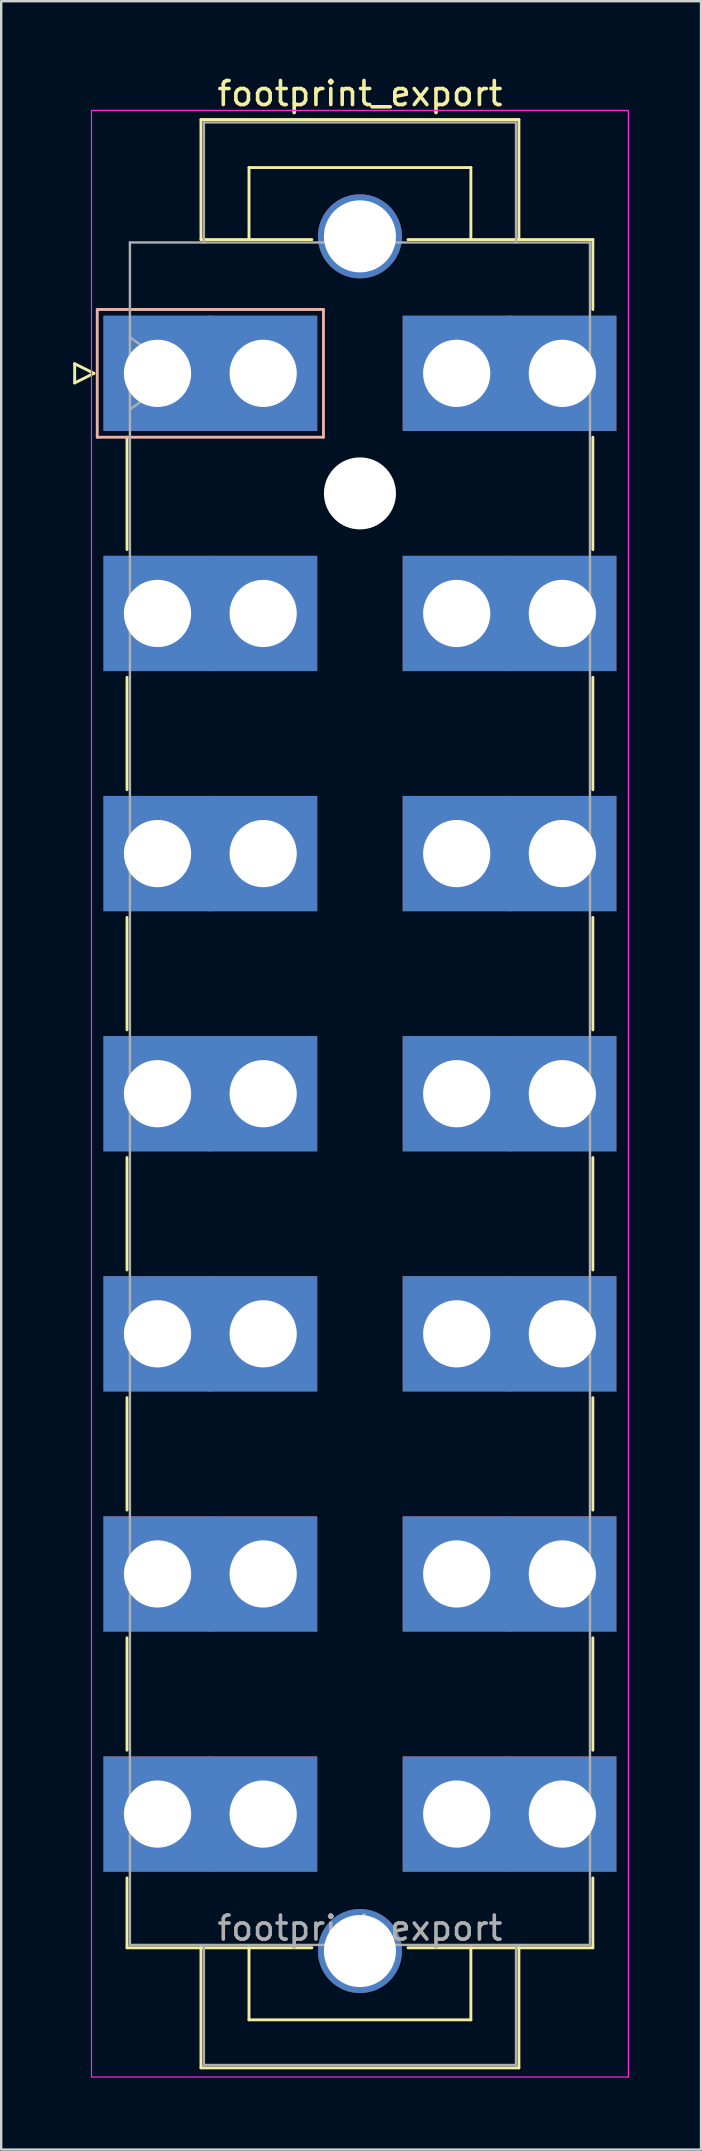
<source format=kicad_pcb>
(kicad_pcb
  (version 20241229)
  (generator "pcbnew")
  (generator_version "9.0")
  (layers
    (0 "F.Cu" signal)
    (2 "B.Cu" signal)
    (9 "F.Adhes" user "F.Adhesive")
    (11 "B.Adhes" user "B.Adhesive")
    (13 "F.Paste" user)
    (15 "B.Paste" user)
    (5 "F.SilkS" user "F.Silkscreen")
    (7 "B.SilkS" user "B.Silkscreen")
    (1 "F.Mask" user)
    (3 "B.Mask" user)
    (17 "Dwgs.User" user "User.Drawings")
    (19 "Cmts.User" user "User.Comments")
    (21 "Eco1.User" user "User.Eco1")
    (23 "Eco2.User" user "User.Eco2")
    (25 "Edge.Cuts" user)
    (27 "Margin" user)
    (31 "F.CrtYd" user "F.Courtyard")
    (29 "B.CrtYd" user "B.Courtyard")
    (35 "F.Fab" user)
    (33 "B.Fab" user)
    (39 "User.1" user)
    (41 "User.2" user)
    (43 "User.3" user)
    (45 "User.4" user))
  (footprint "footprint_export"
    (layer "F.Cu")
    (at 3.51 12.498)
    (property "Reference" "footprint_export" (at 8.43 -11.65 0) (layer "F.SilkS") (effects (font (size 1 1) (thickness 0.15))))
    (attr through_hole)
    (fp_line (start -3.45 -0.4) (end -3.45 0.4) (stroke (width 0.12) (type solid)) (layer "F.SilkS"))
    (fp_line (start -3.45 0.4) (end -2.65 0) (stroke (width 0.12) (type solid)) (layer "F.SilkS"))
    (fp_line (start -2.65 0) (end -3.45 -0.4) (stroke (width 0.12) (type solid)) (layer "F.SilkS"))
    (fp_line (start -1.27 2.66) (end -1.27 7.34) (stroke (width 0.12) (type solid)) (layer "F.SilkS"))
    (fp_line (start -1.27 12.66) (end -1.27 17.34) (stroke (width 0.12) (type solid)) (layer "F.SilkS"))
    (fp_line (start -1.27 22.66) (end -1.27 27.34) (stroke (width 0.12) (type solid)) (layer "F.SilkS"))
    (fp_line (start -1.27 32.66) (end -1.27 37.34) (stroke (width 0.12) (type solid)) (layer "F.SilkS"))
    (fp_line (start -1.27 42.66) (end -1.27 47.34) (stroke (width 0.12) (type solid)) (layer "F.SilkS"))
    (fp_line (start -1.27 52.66) (end -1.27 57.34) (stroke (width 0.12) (type solid)) (layer "F.SilkS"))
    (fp_line (start -1.27 62.66) (end -1.27 65.57) (stroke (width 0.12) (type solid)) (layer "F.SilkS"))
    (fp_line (start -1.27 65.57) (end 6.43 65.57) (stroke (width 0.12) (type solid)) (layer "F.SilkS"))
    (fp_line (start 1.81 -10.57) (end 15.05 -10.57) (stroke (width 0.12) (type solid)) (layer "F.SilkS"))
    (fp_line (start 1.81 -5.57) (end 1.81 -10.57) (stroke (width 0.12) (type solid)) (layer "F.SilkS"))
    (fp_line (start 1.81 65.57) (end 1.81 70.57) (stroke (width 0.12) (type solid)) (layer "F.SilkS"))
    (fp_line (start 1.81 70.57) (end 15.05 70.57) (stroke (width 0.12) (type solid)) (layer "F.SilkS"))
    (fp_line (start 3.81 -8.57) (end 13.05 -8.57) (stroke (width 0.12) (type solid)) (layer "F.SilkS"))
    (fp_line (start 3.81 -5.57) (end 3.81 -8.57) (stroke (width 0.12) (type solid)) (layer "F.SilkS"))
    (fp_line (start 3.81 65.57) (end 3.81 68.57) (stroke (width 0.12) (type solid)) (layer "F.SilkS"))
    (fp_line (start 3.81 68.57) (end 13.05 68.57) (stroke (width 0.12) (type solid)) (layer "F.SilkS"))
    (fp_line (start 6.43 -5.57) (end 1.81 -5.57) (stroke (width 0.12) (type solid)) (layer "F.SilkS"))
    (fp_line (start 13.05 -8.57) (end 13.05 -5.57) (stroke (width 0.12) (type solid)) (layer "F.SilkS"))
    (fp_line (start 13.05 68.57) (end 13.05 65.57) (stroke (width 0.12) (type solid)) (layer "F.SilkS"))
    (fp_line (start 15.05 -10.57) (end 15.05 -5.57) (stroke (width 0.12) (type solid)) (layer "F.SilkS"))
    (fp_line (start 15.05 70.57) (end 15.05 65.57) (stroke (width 0.12) (type solid)) (layer "F.SilkS"))
    (fp_line (start 18.13 -5.57) (end 10.43 -5.57) (stroke (width 0.12) (type solid)) (layer "F.SilkS"))
    (fp_line (start 18.13 -2.66) (end 18.13 -5.57) (stroke (width 0.12) (type solid)) (layer "F.SilkS"))
    (fp_line (start 18.13 2.66) (end 18.13 7.34) (stroke (width 0.12) (type solid)) (layer "F.SilkS"))
    (fp_line (start 18.13 12.66) (end 18.13 17.34) (stroke (width 0.12) (type solid)) (layer "F.SilkS"))
    (fp_line (start 18.13 22.66) (end 18.13 27.34) (stroke (width 0.12) (type solid)) (layer "F.SilkS"))
    (fp_line (start 18.13 32.66) (end 18.13 37.34) (stroke (width 0.12) (type solid)) (layer "F.SilkS"))
    (fp_line (start 18.13 42.66) (end 18.13 47.34) (stroke (width 0.12) (type solid)) (layer "F.SilkS"))
    (fp_line (start 18.13 52.66) (end 18.13 57.34) (stroke (width 0.12) (type solid)) (layer "F.SilkS"))
    (fp_line (start 18.13 62.66) (end 18.13 65.57) (stroke (width 0.12) (type solid)) (layer "F.SilkS"))
    (fp_line (start 18.13 65.57) (end 10.43 65.57) (stroke (width 0.12) (type solid)) (layer "F.SilkS"))
    (fp_line (start -2.51 -2.66) (end -2.51 2.66) (stroke (width 0.12) (type solid)) (layer "B.SilkS"))
    (fp_line (start -2.51 2.66) (end 6.91 2.66) (stroke (width 0.12) (type solid)) (layer "B.SilkS"))
    (fp_line (start 6.91 -2.66) (end -2.51 -2.66) (stroke (width 0.12) (type solid)) (layer "B.SilkS"))
    (fp_line (start 6.91 2.66) (end 6.91 -2.66) (stroke (width 0.12) (type solid)) (layer "B.SilkS"))
    (fp_line (start -2.75 -10.95) (end -2.75 70.95) (stroke (width 0.05) (type solid)) (layer "F.CrtYd"))
    (fp_line (start -2.75 70.95) (end 19.61 70.95) (stroke (width 0.05) (type solid)) (layer "F.CrtYd"))
    (fp_line (start 19.61 -10.95) (end -2.75 -10.95) (stroke (width 0.05) (type solid)) (layer "F.CrtYd"))
    (fp_line (start 19.61 70.95) (end 19.61 -10.95) (stroke (width 0.05) (type solid)) (layer "F.CrtYd"))
    (fp_line (start -1.15 -5.45) (end -1.15 65.45) (stroke (width 0.1) (type solid)) (layer "F.Fab"))
    (fp_line (start -1.15 -1.5) (end 0.971 0) (stroke (width 0.1) (type solid)) (layer "F.Fab"))
    (fp_line (start -1.15 65.45) (end 18.01 65.45) (stroke (width 0.1) (type solid)) (layer "F.Fab"))
    (fp_line (start 0.971 0) (end -1.15 1.5) (stroke (width 0.1) (type solid)) (layer "F.Fab"))
    (fp_line (start 1.93 -10.45) (end 14.93 -10.45) (stroke (width 0.1) (type solid)) (layer "F.Fab"))
    (fp_line (start 1.93 -5.45) (end 1.93 -10.45) (stroke (width 0.1) (type solid)) (layer "F.Fab"))
    (fp_line (start 1.93 65.45) (end 1.93 70.45) (stroke (width 0.1) (type solid)) (layer "F.Fab"))
    (fp_line (start 1.93 70.45) (end 14.93 70.45) (stroke (width 0.1) (type solid)) (layer "F.Fab"))
    (fp_line (start 14.93 -10.45) (end 14.93 -5.45) (stroke (width 0.1) (type solid)) (layer "F.Fab"))
    (fp_line (start 14.93 70.45) (end 14.93 65.45) (stroke (width 0.1) (type solid)) (layer "F.Fab"))
    (fp_line (start 18.01 -5.45) (end -1.15 -5.45) (stroke (width 0.1) (type solid)) (layer "F.Fab"))
    (fp_line (start 18.01 65.45) (end 18.01 -5.45) (stroke (width 0.1) (type solid)) (layer "F.Fab"))
    (fp_text user "${REFERENCE}" (at 8.43 64.75 0) (layer "F.Fab") (effects (font (size 1 1) (thickness 0.15))))
    (pad "" thru_hole circle (at 8.43 -5.705) (size 3.5 3.5) (drill 3) (layers "*.Cu" "*.Mask"))
    (pad "" np_thru_hole circle (at 8.43 5) (size 3 3) (drill 3) (layers "*.Cu" "*.Mask"))
    (pad "" thru_hole circle (at 8.43 65.705) (size 3.5 3.5) (drill 3) (layers "*.Cu" "*.Mask"))
    (pad "1" thru_hole rect (at 0 0) (size 4.5 4.8) (drill 2.8) (layers "*.Cu" "*.Mask"))
    (pad "1" thru_hole rect (at 4.4 0) (size 4.5 4.8) (drill 2.8) (layers "*.Cu" "*.Mask"))
    (pad "2" thru_hole rect (at 0 10) (size 4.5 4.8) (drill 2.8) (layers "*.Cu" "*.Mask"))
    (pad "2" thru_hole rect (at 4.4 10) (size 4.5 4.8) (drill 2.8) (layers "*.Cu" "*.Mask"))
    (pad "3" thru_hole rect (at 0 20) (size 4.5 4.8) (drill 2.8) (layers "*.Cu" "*.Mask"))
    (pad "3" thru_hole rect (at 4.4 20) (size 4.5 4.8) (drill 2.8) (layers "*.Cu" "*.Mask"))
    (pad "4" thru_hole rect (at 0 30) (size 4.5 4.8) (drill 2.8) (layers "*.Cu" "*.Mask"))
    (pad "4" thru_hole rect (at 4.4 30) (size 4.5 4.8) (drill 2.8) (layers "*.Cu" "*.Mask"))
    (pad "5" thru_hole rect (at 0 40) (size 4.5 4.8) (drill 2.8) (layers "*.Cu" "*.Mask"))
    (pad "5" thru_hole rect (at 4.4 40) (size 4.5 4.8) (drill 2.8) (layers "*.Cu" "*.Mask"))
    (pad "6" thru_hole rect (at 0 50) (size 4.5 4.8) (drill 2.8) (layers "*.Cu" "*.Mask"))
    (pad "6" thru_hole rect (at 4.4 50) (size 4.5 4.8) (drill 2.8) (layers "*.Cu" "*.Mask"))
    (pad "7" thru_hole rect (at 0 60) (size 4.5 4.8) (drill 2.8) (layers "*.Cu" "*.Mask"))
    (pad "7" thru_hole rect (at 4.4 60) (size 4.5 4.8) (drill 2.8) (layers "*.Cu" "*.Mask"))
    (pad "8" thru_hole rect (at 12.46 0) (size 4.5 4.8) (drill 2.8) (layers "*.Cu" "*.Mask"))
    (pad "8" thru_hole rect (at 16.86 0) (size 4.5 4.8) (drill 2.8) (layers "*.Cu" "*.Mask"))
    (pad "9" thru_hole rect (at 12.46 10) (size 4.5 4.8) (drill 2.8) (layers "*.Cu" "*.Mask"))
    (pad "9" thru_hole rect (at 16.86 10) (size 4.5 4.8) (drill 2.8) (layers "*.Cu" "*.Mask"))
    (pad "10" thru_hole rect (at 12.46 20) (size 4.5 4.8) (drill 2.8) (layers "*.Cu" "*.Mask"))
    (pad "10" thru_hole rect (at 16.86 20) (size 4.5 4.8) (drill 2.8) (layers "*.Cu" "*.Mask"))
    (pad "11" thru_hole rect (at 12.46 30) (size 4.5 4.8) (drill 2.8) (layers "*.Cu" "*.Mask"))
    (pad "11" thru_hole rect (at 16.86 30) (size 4.5 4.8) (drill 2.8) (layers "*.Cu" "*.Mask"))
    (pad "12" thru_hole rect (at 12.46 40) (size 4.5 4.8) (drill 2.8) (layers "*.Cu" "*.Mask"))
    (pad "12" thru_hole rect (at 16.86 40) (size 4.5 4.8) (drill 2.8) (layers "*.Cu" "*.Mask"))
    (pad "13" thru_hole rect (at 12.46 50) (size 4.5 4.8) (drill 2.8) (layers "*.Cu" "*.Mask"))
    (pad "13" thru_hole rect (at 16.86 50) (size 4.5 4.8) (drill 2.8) (layers "*.Cu" "*.Mask"))
    (pad "14" thru_hole rect (at 12.46 60) (size 4.5 4.8) (drill 2.8) (layers "*.Cu" "*.Mask"))
    (pad "14" thru_hole rect (at 16.86 60) (size 4.5 4.8) (drill 2.8) (layers "*.Cu" "*.Mask")))
  (gr_rect
    (start -3 -3)
    (end 26.145 86.473)
    (stroke (width 0.1) (type default))
    (fill no)
    (layer "Edge.Cuts")))
</source>
